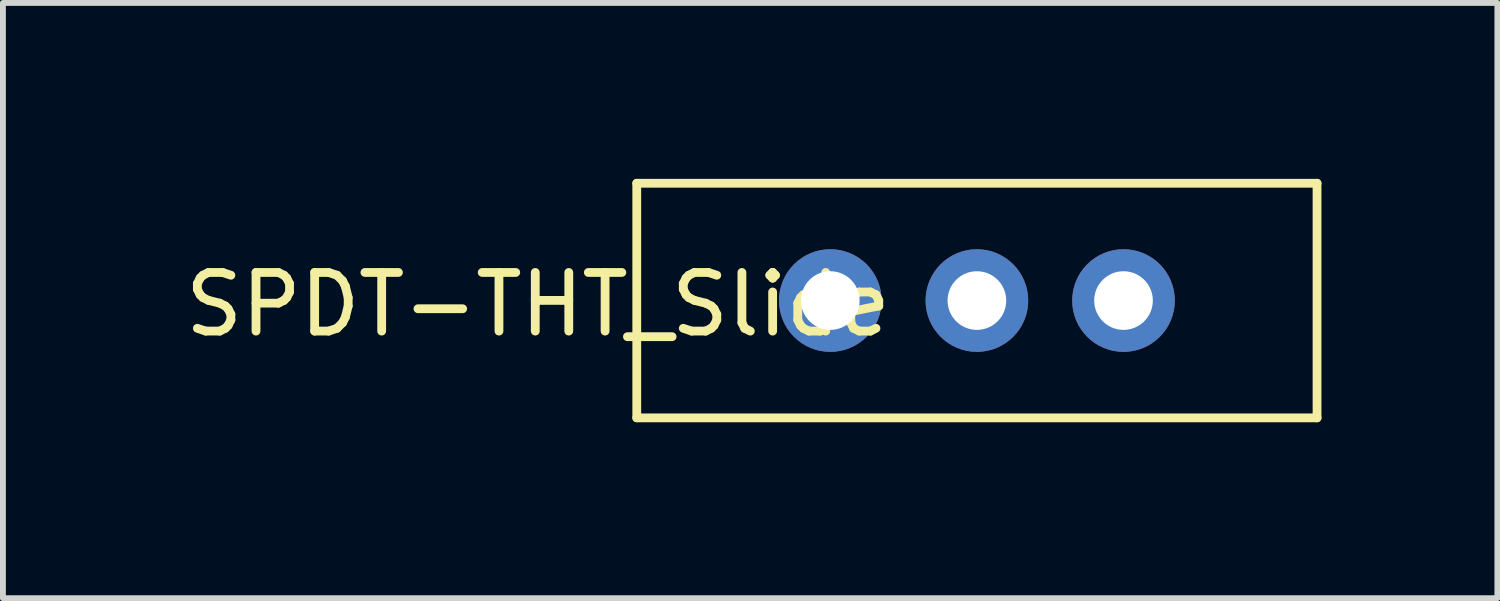
<source format=kicad_pcb>
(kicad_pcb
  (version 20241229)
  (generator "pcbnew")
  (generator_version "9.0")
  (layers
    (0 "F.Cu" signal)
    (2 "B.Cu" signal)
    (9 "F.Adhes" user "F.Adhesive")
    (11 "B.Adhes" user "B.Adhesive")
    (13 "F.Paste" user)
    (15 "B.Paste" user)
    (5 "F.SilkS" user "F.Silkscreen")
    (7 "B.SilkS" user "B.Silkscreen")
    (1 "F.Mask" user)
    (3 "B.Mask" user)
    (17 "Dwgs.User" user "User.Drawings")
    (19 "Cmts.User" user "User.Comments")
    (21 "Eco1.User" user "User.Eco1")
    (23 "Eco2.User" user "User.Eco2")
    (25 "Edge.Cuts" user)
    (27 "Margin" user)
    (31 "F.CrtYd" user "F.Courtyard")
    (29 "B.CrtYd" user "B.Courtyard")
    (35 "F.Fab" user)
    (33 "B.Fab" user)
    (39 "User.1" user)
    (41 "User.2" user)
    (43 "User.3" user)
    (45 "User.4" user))
  (footprint "SPDT-THT_Slide"
    (layer "F.Cu")
    (at 11.108 2.075)
    (property "Reference" "SPDT-THT_Slide" (at -4.983 0.066 0) (layer "F.SilkS") (effects (font (size 1 1) (thickness 0.15))))
    (attr through_hole)
    (fp_line (start -3.3 -2) (end -3.3 2) (stroke (width 0.15) (type solid)) (layer "F.SilkS"))
    (fp_line (start -3.3 -2) (end 8.3 -2) (stroke (width 0.15) (type solid)) (layer "F.SilkS"))
    (fp_line (start -3.3 2) (end 8.3 2) (stroke (width 0.15) (type solid)) (layer "F.SilkS"))
    (fp_line (start 8.3 -2) (end 8.3 2) (stroke (width 0.15) (type solid)) (layer "F.SilkS"))
    (pad "1" thru_hole circle (at 0 0 90) (size 1.75 1.75) (drill 1) (layers "*.Cu" "*.Mask"))
    (pad "2" thru_hole circle (at 2.5 0 90) (size 1.75 1.75) (drill 1) (layers "*.Cu" "*.Mask"))
    (pad "3" thru_hole circle (at 5 0 90) (size 1.75 1.75) (drill 1) (layers "*.Cu" "*.Mask")))
  (gr_rect
    (start -3 -3)
    (end 22.483 7.15)
    (stroke (width 0.1) (type default))
    (fill no)
    (layer "Edge.Cuts")))
</source>
